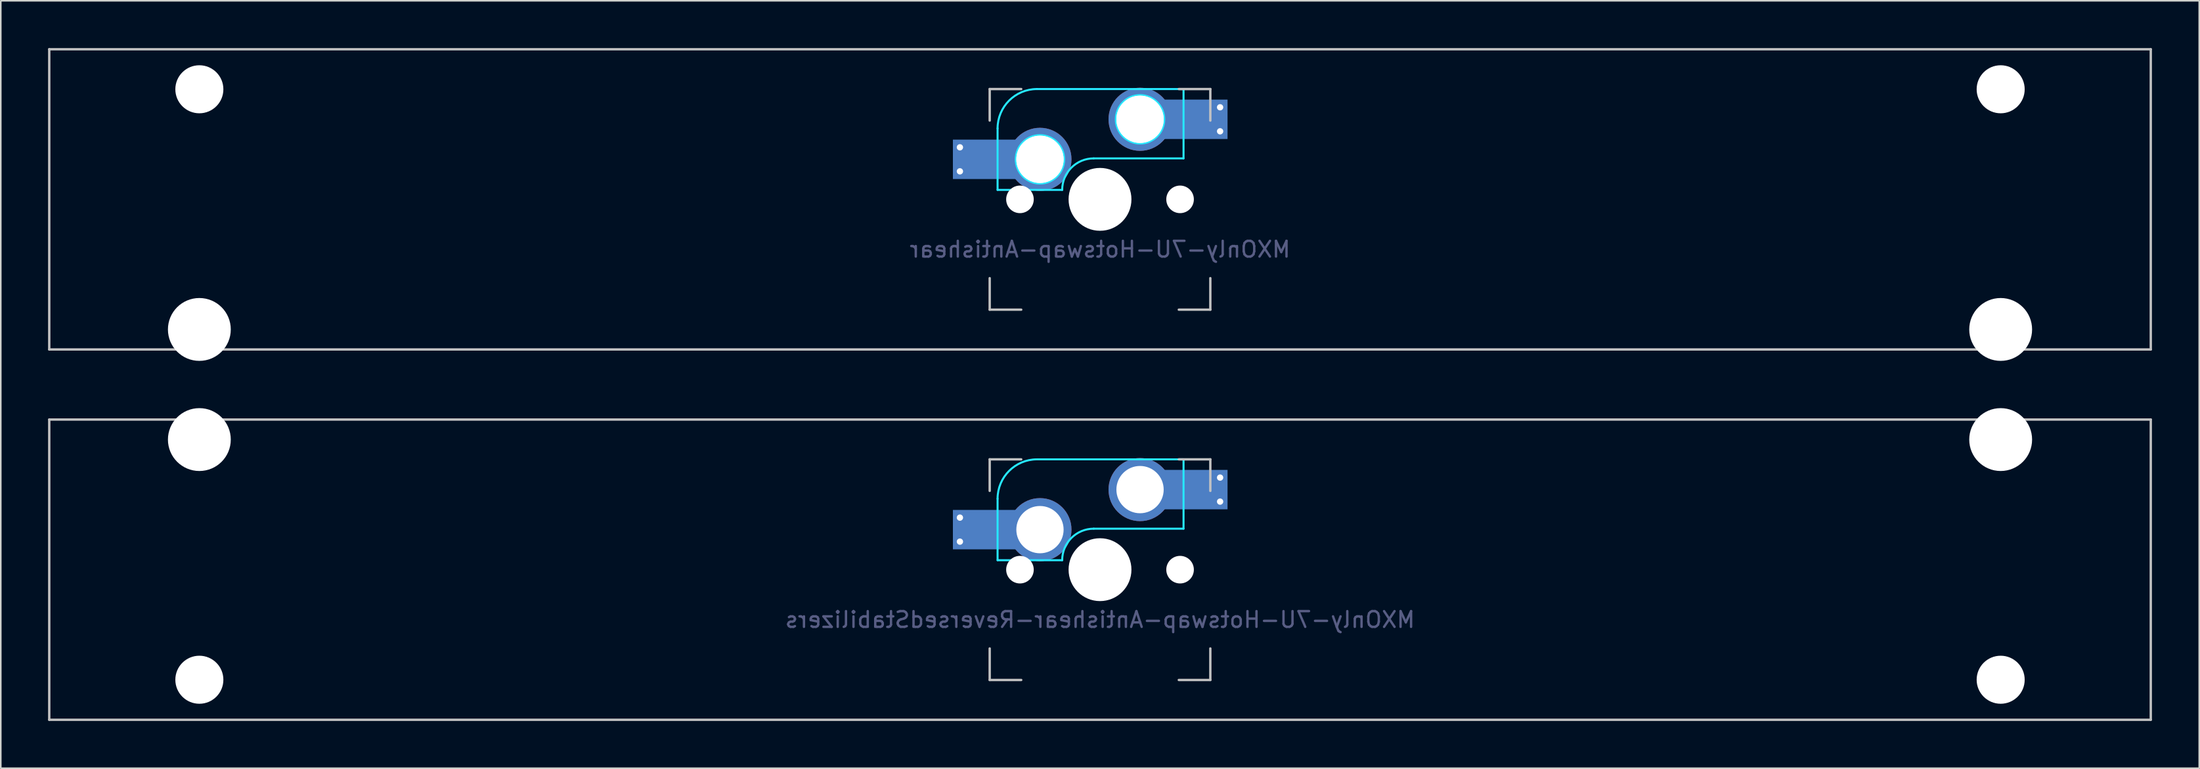
<source format=kicad_pcb>
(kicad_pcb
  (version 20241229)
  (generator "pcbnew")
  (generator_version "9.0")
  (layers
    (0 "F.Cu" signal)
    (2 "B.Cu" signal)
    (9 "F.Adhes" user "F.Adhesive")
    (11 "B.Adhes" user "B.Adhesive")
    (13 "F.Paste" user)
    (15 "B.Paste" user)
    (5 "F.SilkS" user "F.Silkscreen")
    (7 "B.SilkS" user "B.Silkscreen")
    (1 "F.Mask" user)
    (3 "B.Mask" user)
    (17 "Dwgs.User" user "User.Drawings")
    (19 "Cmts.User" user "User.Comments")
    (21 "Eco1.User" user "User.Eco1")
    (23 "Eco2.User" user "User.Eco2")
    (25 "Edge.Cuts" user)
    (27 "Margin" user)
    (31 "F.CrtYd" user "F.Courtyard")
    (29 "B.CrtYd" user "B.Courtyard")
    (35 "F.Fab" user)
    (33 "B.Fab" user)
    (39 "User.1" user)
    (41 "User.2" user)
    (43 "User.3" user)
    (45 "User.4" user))
  (footprint "MXOnly-7U-Hotswap-Antishear"
    (layer "F.Cu")
    (at 66.75 9.6)
    (property "Reference" "MXOnly-7U-Hotswap-Antishear" (at 0 3.175 0) (layer "B.Fab") (effects (font (size 1 1) (thickness 0.15)) (justify mirror)))
    (attr smd)
    (fp_line (start -66.675 -9.525) (end 66.675 -9.525) (stroke (width 0.15) (type solid)) (layer "Dwgs.User"))
    (fp_line (start -66.675 9.525) (end -66.675 -9.525) (stroke (width 0.15) (type solid)) (layer "Dwgs.User"))
    (fp_line (start -7 -7) (end -7 -5) (stroke (width 0.15) (type solid)) (layer "Dwgs.User"))
    (fp_line (start -7 5) (end -7 7) (stroke (width 0.15) (type solid)) (layer "Dwgs.User"))
    (fp_line (start -7 7) (end -5 7) (stroke (width 0.15) (type solid)) (layer "Dwgs.User"))
    (fp_line (start -5 -7) (end -7 -7) (stroke (width 0.15) (type solid)) (layer "Dwgs.User"))
    (fp_line (start 5 -7) (end 7 -7) (stroke (width 0.15) (type solid)) (layer "Dwgs.User"))
    (fp_line (start 5 7) (end 7 7) (stroke (width 0.15) (type solid)) (layer "Dwgs.User"))
    (fp_line (start 7 -7) (end 7 -5) (stroke (width 0.15) (type solid)) (layer "Dwgs.User"))
    (fp_line (start 7 7) (end 7 5) (stroke (width 0.15) (type solid)) (layer "Dwgs.User"))
    (fp_line (start 66.675 -9.525) (end 66.675 9.525) (stroke (width 0.15) (type solid)) (layer "Dwgs.User"))
    (fp_line (start 66.675 9.525) (end -66.675 9.525) (stroke (width 0.15) (type solid)) (layer "Dwgs.User"))
    (fp_line (start -6.5 -4.5) (end -6.5 -0.6) (stroke (width 0.127) (type solid)) (layer "B.CrtYd"))
    (fp_line (start -6.5 -0.6) (end -2.4 -0.6) (stroke (width 0.127) (type solid)) (layer "B.CrtYd"))
    (fp_line (start -0.4 -2.6) (end 5.3 -2.6) (stroke (width 0.127) (type solid)) (layer "B.CrtYd"))
    (fp_line (start 5.3 -7) (end -4 -7) (stroke (width 0.127) (type solid)) (layer "B.CrtYd"))
    (fp_line (start 5.3 -7) (end 5.3 -2.6) (stroke (width 0.127) (type solid)) (layer "B.CrtYd"))
    (fp_arc (start -6.5 -4.5) (mid -5.767767 -6.267767) (end -4 -7) (stroke (width 0.127) (type solid)) (layer "B.CrtYd"))
    (fp_arc (start -2.4 -0.6) (mid -1.814214 -2.014214) (end -0.4 -2.6) (stroke (width 0.127) (type solid)) (layer "B.CrtYd"))
    (fp_circle (center -3.81 -2.54) (end -3.81 -4.064) (stroke (width 0.15) (type solid)) (fill no) (layer "B.CrtYd"))
    (fp_circle (center 2.54 -5.08) (end 2.54 -6.604) (stroke (width 0.15) (type solid)) (fill no) (layer "B.CrtYd"))
    (pad "" np_thru_hole circle (at -57.15 -6.985) (size 3.048 3.048) (drill 3.048) (layers "*.Cu" "*.Mask"))
    (pad "" np_thru_hole circle (at -57.15 8.255) (size 3.988 3.988) (drill 3.988) (layers "*.Cu" "*.Mask"))
    (pad "" smd rect (at -7.085 -2.54) (size 2.55 2.5) (layers "B.Mask" "B.Paste"))
    (pad "" np_thru_hole circle (at -5.08 0 48.1) (size 1.75 1.75) (drill 1.75) (layers "*.Cu" "*.Mask"))
    (pad "" np_thru_hole circle (at -3.81 -2.54) (size 3 3) (drill 3) (layers "*.Cu" "*.Mask"))
    (pad "" np_thru_hole circle (at 0 0) (size 3.988 3.988) (drill 3.988) (layers "*.Cu" "*.Mask"))
    (pad "" np_thru_hole circle (at 2.54 -5.08) (size 3 3) (drill 3) (layers "*.Cu" "*.Mask"))
    (pad "" np_thru_hole circle (at 5.08 0 48.1) (size 1.75 1.75) (drill 1.75) (layers "*.Cu" "*.Mask"))
    (pad "" smd rect (at 5.815 -5.08) (size 2.55 2.5) (layers "B.Mask" "B.Paste"))
    (pad "" np_thru_hole circle (at 57.15 -6.985) (size 3.048 3.048) (drill 3.048) (layers "*.Cu" "*.Mask"))
    (pad "" np_thru_hole circle (at 57.15 8.255) (size 3.988 3.988) (drill 3.988) (layers "*.Cu" "*.Mask"))
    (pad "1" thru_hole circle (at -8.89 -3.302) (size 0.8 0.8) (drill 0.4) (layers "*.Cu"))
    (pad "1" thru_hole circle (at -8.89 -1.778) (size 0.8 0.8) (drill 0.4) (layers "*.Cu"))
    (pad "1" smd rect (at -7.085 -2.54) (size 4.5 2.5) (layers "B.Cu"))
    (pad "1" thru_hole circle (at -3.81 -2.54) (size 4 4) (drill 3) (layers "*.Cu"))
    (pad "2" thru_hole circle (at 2.54 -5.08) (size 4 4) (drill 3) (layers "*.Cu"))
    (pad "2" smd rect (at 5.842 -5.08) (size 4.5 2.5) (layers "B.Cu"))
    (pad "2" thru_hole circle (at 7.62 -5.842) (size 0.8 0.8) (drill 0.4) (layers "*.Cu"))
    (pad "2" thru_hole circle (at 7.62 -4.318) (size 0.8 0.8) (drill 0.4) (layers "*.Cu")))
  (footprint "MXOnly-7U-Hotswap-Antishear-ReversedStabilizers"
    (layer "F.Cu")
    (at 66.75 33.098)
    (property "Reference" "MXOnly-7U-Hotswap-Antishear-ReversedStabilizers" (at 0 3.175 0) (layer "B.Fab") (effects (font (size 1 1) (thickness 0.15)) (justify mirror)))
    (attr smd)
    (fp_line (start -66.675 -9.525) (end 66.675 -9.525) (stroke (width 0.15) (type solid)) (layer "Dwgs.User"))
    (fp_line (start -66.675 9.525) (end -66.675 -9.525) (stroke (width 0.15) (type solid)) (layer "Dwgs.User"))
    (fp_line (start -7 -7) (end -7 -5) (stroke (width 0.15) (type solid)) (layer "Dwgs.User"))
    (fp_line (start -7 5) (end -7 7) (stroke (width 0.15) (type solid)) (layer "Dwgs.User"))
    (fp_line (start -7 7) (end -5 7) (stroke (width 0.15) (type solid)) (layer "Dwgs.User"))
    (fp_line (start -5 -7) (end -7 -7) (stroke (width 0.15) (type solid)) (layer "Dwgs.User"))
    (fp_line (start 5 -7) (end 7 -7) (stroke (width 0.15) (type solid)) (layer "Dwgs.User"))
    (fp_line (start 5 7) (end 7 7) (stroke (width 0.15) (type solid)) (layer "Dwgs.User"))
    (fp_line (start 7 -7) (end 7 -5) (stroke (width 0.15) (type solid)) (layer "Dwgs.User"))
    (fp_line (start 7 7) (end 7 5) (stroke (width 0.15) (type solid)) (layer "Dwgs.User"))
    (fp_line (start 66.675 -9.525) (end 66.675 9.525) (stroke (width 0.15) (type solid)) (layer "Dwgs.User"))
    (fp_line (start 66.675 9.525) (end -66.675 9.525) (stroke (width 0.15) (type solid)) (layer "Dwgs.User"))
    (fp_line (start -6.5 -4.5) (end -6.5 -0.6) (stroke (width 0.127) (type solid)) (layer "B.CrtYd"))
    (fp_line (start -6.5 -0.6) (end -2.4 -0.6) (stroke (width 0.127) (type solid)) (layer "B.CrtYd"))
    (fp_line (start -0.4 -2.6) (end 5.3 -2.6) (stroke (width 0.127) (type solid)) (layer "B.CrtYd"))
    (fp_line (start 5.3 -7) (end -4 -7) (stroke (width 0.127) (type solid)) (layer "B.CrtYd"))
    (fp_line (start 5.3 -7) (end 5.3 -2.6) (stroke (width 0.127) (type solid)) (layer "B.CrtYd"))
    (fp_arc (start -6.5 -4.5) (mid -5.767767 -6.267767) (end -4 -7) (stroke (width 0.127) (type solid)) (layer "B.CrtYd"))
    (fp_arc (start -2.4 -0.6) (mid -1.814214 -2.014214) (end -0.4 -2.6) (stroke (width 0.127) (type solid)) (layer "B.CrtYd"))
    (pad "" np_thru_hole circle (at -57.15 -8.255) (size 3.988 3.988) (drill 3.988) (layers "*.Cu" "*.Mask"))
    (pad "" np_thru_hole circle (at -57.15 6.985) (size 3.048 3.048) (drill 3.048) (layers "*.Cu" "*.Mask"))
    (pad "" smd rect (at -7.085 -2.54) (size 2.55 2.5) (layers "B.Mask" "B.Paste"))
    (pad "" np_thru_hole circle (at -5.08 0 48.1) (size 1.75 1.75) (drill 1.75) (layers "*.Cu" "*.Mask"))
    (pad "" np_thru_hole circle (at 0 0) (size 3.988 3.988) (drill 3.988) (layers "*.Cu" "*.Mask"))
    (pad "" np_thru_hole circle (at 5.08 0 48.1) (size 1.75 1.75) (drill 1.75) (layers "*.Cu" "*.Mask"))
    (pad "" smd rect (at 5.815 -5.08) (size 2.55 2.5) (layers "B.Mask" "B.Paste"))
    (pad "" np_thru_hole circle (at 57.15 -8.255) (size 3.988 3.988) (drill 3.988) (layers "*.Cu" "*.Mask"))
    (pad "" np_thru_hole circle (at 57.15 6.985) (size 3.048 3.048) (drill 3.048) (layers "*.Cu" "*.Mask"))
    (pad "1" thru_hole circle (at -8.89 -3.302) (size 0.8 0.8) (drill 0.4) (layers "*.Cu"))
    (pad "1" thru_hole circle (at -8.89 -1.778) (size 0.8 0.8) (drill 0.4) (layers "*.Cu"))
    (pad "1" smd rect (at -7.085 -2.54) (size 4.5 2.5) (layers "B.Cu"))
    (pad "1" thru_hole circle (at -3.81 -2.54) (size 4 4) (drill 3) (layers "*.Cu"))
    (pad "2" thru_hole circle (at 2.54 -5.08) (size 4 4) (drill 3) (layers "*.Cu"))
    (pad "2" smd rect (at 5.842 -5.08) (size 4.5 2.5) (layers "B.Cu"))
    (pad "2" thru_hole circle (at 7.62 -5.842) (size 0.8 0.8) (drill 0.4) (layers "*.Cu"))
    (pad "2" thru_hole circle (at 7.62 -4.318) (size 0.8 0.8) (drill 0.4) (layers "*.Cu")))
  (gr_rect
    (start -3 -3)
    (end 136.5 45.698)
    (stroke (width 0.1) (type default))
    (fill no)
    (layer "Edge.Cuts")))
</source>
